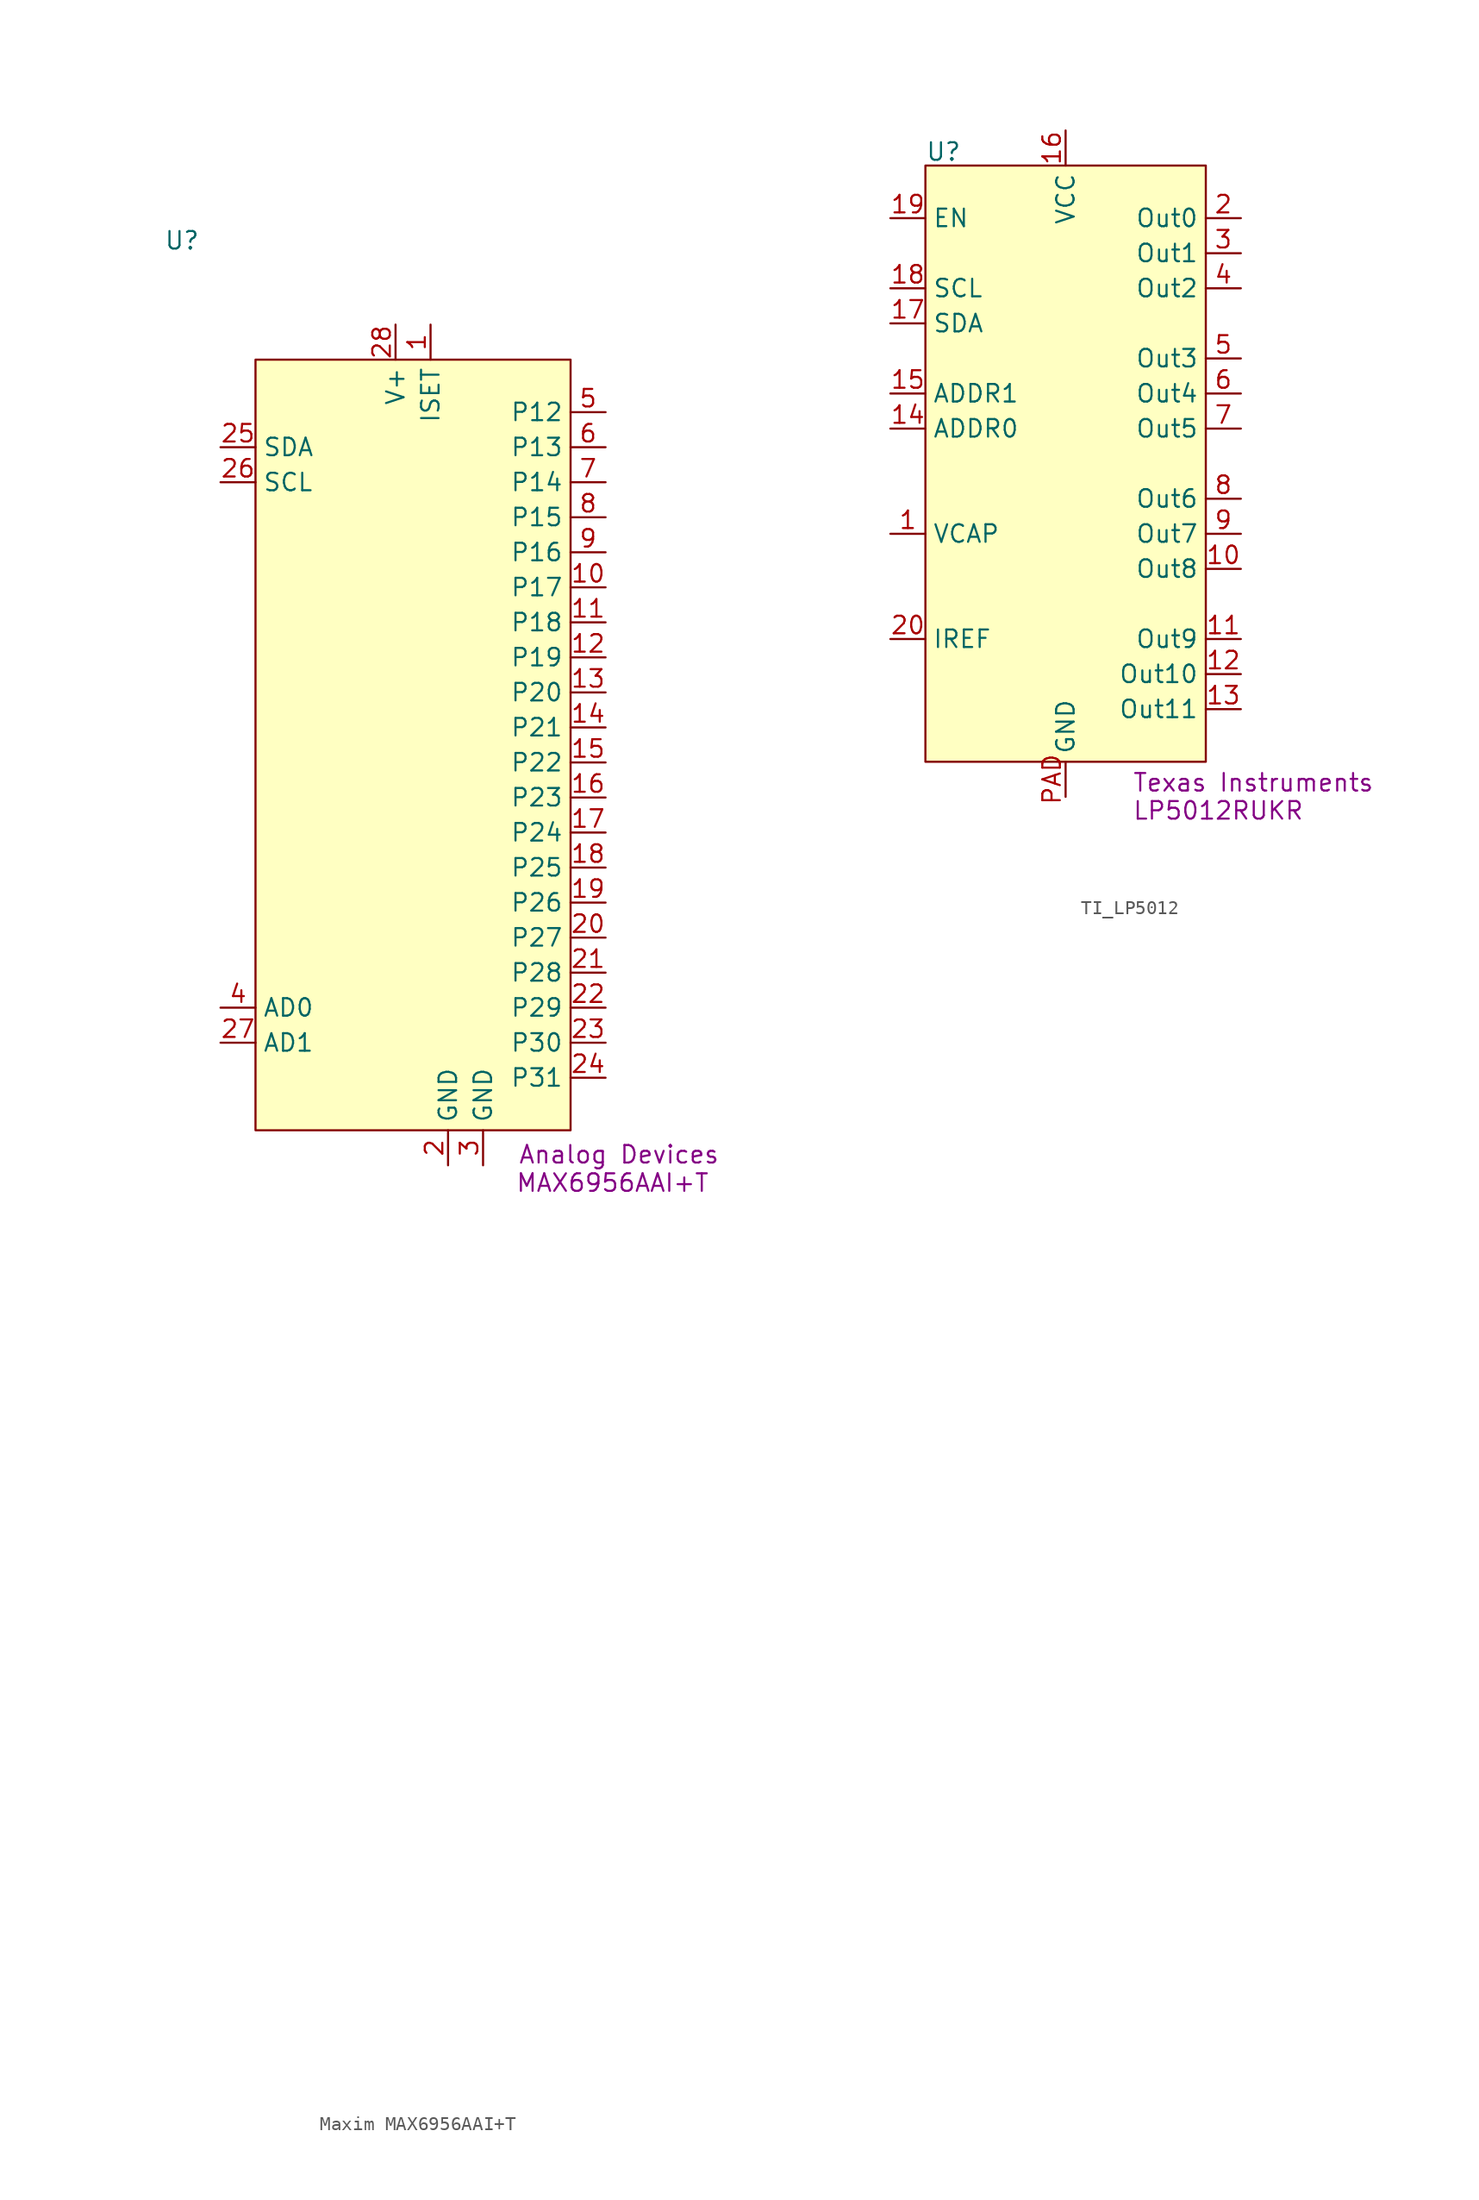
<source format=kicad_sym>
(kicad_symbol_lib
  (version 20241209)
  (generator "kicad_symbol_editor")
  (generator_version "9.0")
  (symbol "Maxim MAX6956AAI+T"
    (property "Reference" "U"
      (at -16.764 36.576 0)
      (effects (font (size 1.27 1.27))))
    (property "Value" ""
      (at -21.336 -86.36 0)
      (effects (font (size 1.27 1.27))))
    (property "Manufacturer" "Analog Devices"
      (at 7.62 -28.956 0)
      (effects (font (size 1.27 1.27)) (justify left top)))
    (property "MPN" "MAX6956AAI+T"
      (at 14.478 -31.75 0)
      (effects (font (size 1.27 1.27))))
    (symbol "Maxim MAX6956AAI+T_0_0"
      (pin input line (at -13.97 21.59 0) (length 2.54) (name "SDA" (effects (font (size 1.27 1.27)))) (number "25" (effects (font (size 1.27 1.27)))))
      (pin input line (at -13.97 19.05 0) (length 2.54) (name "SCL" (effects (font (size 1.27 1.27)))) (number "26" (effects (font (size 1.27 1.27)))))
      (pin input line (at -13.97 -19.05 0) (length 2.54) (name "AD0" (effects (font (size 1.27 1.27)))) (number "4" (effects (font (size 1.27 1.27)))))
      (pin input line (at -13.97 -21.59 0) (length 2.54) (name "AD1" (effects (font (size 1.27 1.27)))) (number "27" (effects (font (size 1.27 1.27)))))
      (pin input line (at -1.27 30.48 270) (length 2.54) (name "V+" (effects (font (size 1.27 1.27)))) (number "28" (effects (font (size 1.27 1.27)))))
      (pin bidirectional line (at 1.27 30.48 270) (length 2.54) (name "ISET" (effects (font (size 1.27 1.27)))) (number "1" (effects (font (size 1.27 1.27)))))
      (pin power_in line (at 2.54 -30.48 90) (length 2.54) (name "GND" (effects (font (size 1.27 1.27)))) (number "2" (effects (font (size 1.27 1.27)))))
      (pin power_in line (at 5.08 -30.48 90) (length 2.54) (name "GND" (effects (font (size 1.27 1.27)))) (number "3" (effects (font (size 1.27 1.27)))))
      (pin output line (at 13.97 24.13 180) (length 2.54) (name "P12" (effects (font (size 1.27 1.27)))) (number "5" (effects (font (size 1.27 1.27)))))
      (pin bidirectional line (at 13.97 21.59 180) (length 2.54) (name "P13" (effects (font (size 1.27 1.27)))) (number "6" (effects (font (size 1.27 1.27)))))
      (pin bidirectional line (at 13.97 19.05 180) (length 2.54) (name "P14" (effects (font (size 1.27 1.27)))) (number "7" (effects (font (size 1.27 1.27)))))
      (pin bidirectional line (at 13.97 16.51 180) (length 2.54) (name "P15" (effects (font (size 1.27 1.27)))) (number "8" (effects (font (size 1.27 1.27)))))
      (pin bidirectional line (at 13.97 13.97 180) (length 2.54) (name "P16" (effects (font (size 1.27 1.27)))) (number "9" (effects (font (size 1.27 1.27)))))
      (pin bidirectional line (at 13.97 11.43 180) (length 2.54) (name "P17" (effects (font (size 1.27 1.27)))) (number "10" (effects (font (size 1.27 1.27)))))
      (pin bidirectional line (at 13.97 8.89 180) (length 2.54) (name "P18" (effects (font (size 1.27 1.27)))) (number "11" (effects (font (size 1.27 1.27)))))
      (pin bidirectional line (at 13.97 6.35 180) (length 2.54) (name "P19" (effects (font (size 1.27 1.27)))) (number "12" (effects (font (size 1.27 1.27)))))
      (pin bidirectional line (at 13.97 3.81 180) (length 2.54) (name "P20" (effects (font (size 1.27 1.27)))) (number "13" (effects (font (size 1.27 1.27)))))
      (pin bidirectional line (at 13.97 1.27 180) (length 2.54) (name "P21" (effects (font (size 1.27 1.27)))) (number "14" (effects (font (size 1.27 1.27)))))
      (pin bidirectional line (at 13.97 -1.27 180) (length 2.54) (name "P22" (effects (font (size 1.27 1.27)))) (number "15" (effects (font (size 1.27 1.27)))))
      (pin bidirectional line (at 13.97 -3.81 180) (length 2.54) (name "P23" (effects (font (size 1.27 1.27)))) (number "16" (effects (font (size 1.27 1.27)))))
      (pin bidirectional line (at 13.97 -6.35 180) (length 2.54) (name "P24" (effects (font (size 1.27 1.27)))) (number "17" (effects (font (size 1.27 1.27)))))
      (pin bidirectional line (at 13.97 -8.89 180) (length 2.54) (name "P25" (effects (font (size 1.27 1.27)))) (number "18" (effects (font (size 1.27 1.27)))))
      (pin bidirectional line (at 13.97 -11.43 180) (length 2.54) (name "P26" (effects (font (size 1.27 1.27)))) (number "19" (effects (font (size 1.27 1.27)))))
      (pin bidirectional line (at 13.97 -13.97 180) (length 2.54) (name "P27" (effects (font (size 1.27 1.27)))) (number "20" (effects (font (size 1.27 1.27)))))
      (pin bidirectional line (at 13.97 -16.51 180) (length 2.54) (name "P28" (effects (font (size 1.27 1.27)))) (number "21" (effects (font (size 1.27 1.27)))))
      (pin bidirectional line (at 13.97 -19.05 180) (length 2.54) (name "P29" (effects (font (size 1.27 1.27)))) (number "22" (effects (font (size 1.27 1.27)))))
      (pin bidirectional line (at 13.97 -21.59 180) (length 2.54) (name "P30" (effects (font (size 1.27 1.27)))) (number "23" (effects (font (size 1.27 1.27)))))
      (pin bidirectional line (at 13.97 -24.13 180) (length 2.54) (name "P31" (effects (font (size 1.27 1.27)))) (number "24" (effects (font (size 1.27 1.27))))))
    (symbol "Maxim MAX6956AAI+T_0_1"
      (rectangle (start -11.43 27.94) (end 11.43 -27.94) (stroke (width 0) (type default)) (fill (type background)))))
  (symbol "TI_LP5012"
    (property "Reference" "U"
      (at -10.16 21.844 0)
      (effects (font (size 1.27 1.27)) (justify left bottom)))
    (property "Value" ""
      (at 0 0 0)
      (effects (font (size 1.27 1.27))))
    (property "Manufacturer" "Texas Instruments"
      (at 4.826 -22.352 0)
      (effects (font (size 1.27 1.27)) (justify left top)))
    (property "MPN" "LP5012RUKR"
      (at 4.826 -24.384 0)
      (effects (font (size 1.27 1.27)) (justify left top)))
    (symbol "TI_LP5012_0_0"
      (pin input line (at -12.7 17.78 0) (length 2.54) (name "EN" (effects (font (size 1.27 1.27)))) (number "19" (effects (font (size 1.27 1.27)))))
      (pin input line (at -12.7 12.7 0) (length 2.54) (name "SCL" (effects (font (size 1.27 1.27)))) (number "18" (effects (font (size 1.27 1.27)))))
      (pin bidirectional line (at -12.7 10.16 0) (length 2.54) (name "SDA" (effects (font (size 1.27 1.27)))) (number "17" (effects (font (size 1.27 1.27)))))
      (pin input line (at -12.7 5.08 0) (length 2.54) (name "ADDR1" (effects (font (size 1.27 1.27)))) (number "15" (effects (font (size 1.27 1.27)))))
      (pin input line (at -12.7 2.54 0) (length 2.54) (name "ADDR0" (effects (font (size 1.27 1.27)))) (number "14" (effects (font (size 1.27 1.27)))))
      (pin passive line (at -12.7 -5.08 0) (length 2.54) (name "VCAP" (effects (font (size 1.27 1.27)))) (number "1" (effects (font (size 1.27 1.27)))))
      (pin passive line (at -12.7 -12.7 0) (length 2.54) (name "IREF" (effects (font (size 1.27 1.27)))) (number "20" (effects (font (size 1.27 1.27)))))
      (pin power_in line (at 0 24.13 270) (length 2.54) (name "VCC" (effects (font (size 1.27 1.27)))) (number "16" (effects (font (size 1.27 1.27)))))
      (pin power_in line (at 0 -24.13 90) (length 2.54) (name "GND" (effects (font (size 1.27 1.27)))) (number "PAD" (effects (font (size 1.27 1.27)))))
      (pin output line (at 12.7 17.78 180) (length 2.54) (name "Out0" (effects (font (size 1.27 1.27)))) (number "2" (effects (font (size 1.27 1.27)))))
      (pin output line (at 12.7 15.24 180) (length 2.54) (name "Out1" (effects (font (size 1.27 1.27)))) (number "3" (effects (font (size 1.27 1.27)))))
      (pin output line (at 12.7 12.7 180) (length 2.54) (name "Out2" (effects (font (size 1.27 1.27)))) (number "4" (effects (font (size 1.27 1.27)))))
      (pin output line (at 12.7 7.62 180) (length 2.54) (name "Out3" (effects (font (size 1.27 1.27)))) (number "5" (effects (font (size 1.27 1.27)))))
      (pin output line (at 12.7 5.08 180) (length 2.54) (name "Out4" (effects (font (size 1.27 1.27)))) (number "6" (effects (font (size 1.27 1.27)))))
      (pin output line (at 12.7 2.54 180) (length 2.54) (name "Out5" (effects (font (size 1.27 1.27)))) (number "7" (effects (font (size 1.27 1.27)))))
      (pin output line (at 12.7 -2.54 180) (length 2.54) (name "Out6" (effects (font (size 1.27 1.27)))) (number "8" (effects (font (size 1.27 1.27)))))
      (pin output line (at 12.7 -5.08 180) (length 2.54) (name "Out7" (effects (font (size 1.27 1.27)))) (number "9" (effects (font (size 1.27 1.27)))))
      (pin output line (at 12.7 -7.62 180) (length 2.54) (name "Out8" (effects (font (size 1.27 1.27)))) (number "10" (effects (font (size 1.27 1.27)))))
      (pin output line (at 12.7 -12.7 180) (length 2.54) (name "Out9" (effects (font (size 1.27 1.27)))) (number "11" (effects (font (size 1.27 1.27)))))
      (pin output line (at 12.7 -15.24 180) (length 2.54) (name "Out10" (effects (font (size 1.27 1.27)))) (number "12" (effects (font (size 1.27 1.27)))))
      (pin output line (at 12.7 -17.78 180) (length 2.54) (name "Out11" (effects (font (size 1.27 1.27)))) (number "13" (effects (font (size 1.27 1.27))))))
    (symbol "TI_LP5012_0_1"
      (rectangle (start -10.16 21.59) (end 10.16 -21.59) (stroke (width 0) (type default)) (fill (type background))))))
</source>
